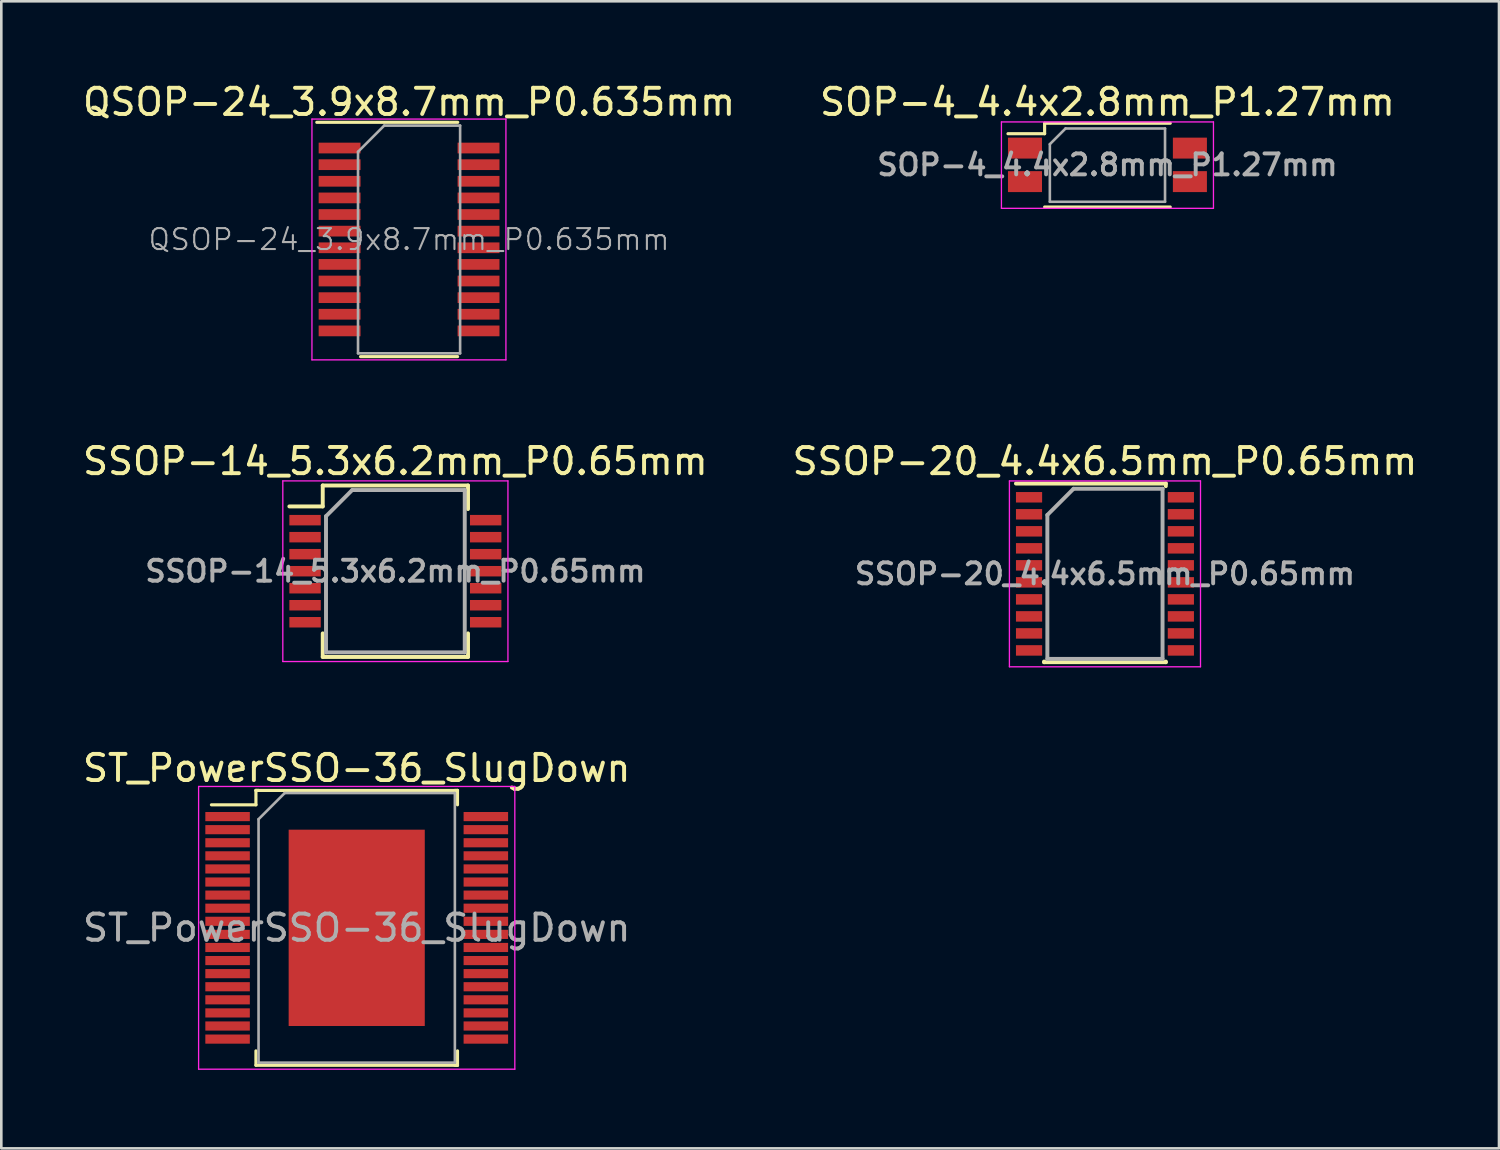
<source format=kicad_pcb>
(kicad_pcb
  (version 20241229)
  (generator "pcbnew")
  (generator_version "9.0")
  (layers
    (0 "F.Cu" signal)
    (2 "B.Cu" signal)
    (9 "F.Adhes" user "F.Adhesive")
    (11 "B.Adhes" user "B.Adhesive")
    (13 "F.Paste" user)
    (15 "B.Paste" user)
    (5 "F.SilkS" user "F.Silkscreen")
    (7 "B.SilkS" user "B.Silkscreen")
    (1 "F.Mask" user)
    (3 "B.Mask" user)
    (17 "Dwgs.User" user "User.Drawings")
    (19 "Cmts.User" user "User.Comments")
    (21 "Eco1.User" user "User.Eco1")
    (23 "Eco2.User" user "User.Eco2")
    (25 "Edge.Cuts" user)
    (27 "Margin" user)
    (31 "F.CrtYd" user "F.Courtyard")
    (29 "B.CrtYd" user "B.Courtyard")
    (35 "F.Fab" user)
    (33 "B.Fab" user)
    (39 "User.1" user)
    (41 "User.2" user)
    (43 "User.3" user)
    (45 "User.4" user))
  (footprint "ST_PowerSSO-36_SlugDown"
    (layer "F.Cu")
    (at 10.577 32.395)
    (property "Reference" "ST_PowerSSO-36_SlugDown" (at 0 -6.1 0) (layer "F.SilkS") (effects (font (size 1 1) (thickness 0.15))))
    (attr smd)
    (fp_line (start -3.85 -5.25) (end -3.85 -4.7) (stroke (width 0.12) (type solid)) (layer "F.SilkS"))
    (fp_line (start -3.85 -4.7) (end -5.55 -4.7) (stroke (width 0.12) (type solid)) (layer "F.SilkS"))
    (fp_line (start -3.85 5.25) (end -3.85 4.7) (stroke (width 0.12) (type solid)) (layer "F.SilkS"))
    (fp_line (start -3.75 -5.25) (end -3.85 -5.25) (stroke (width 0.12) (type solid)) (layer "F.SilkS"))
    (fp_line (start 3.75 -5.25) (end 3.85 -5.25) (stroke (width 0.12) (type solid)) (layer "F.SilkS"))
    (fp_line (start 3.75 5.25) (end 3.85 5.25) (stroke (width 0.12) (type solid)) (layer "F.SilkS"))
    (fp_line (start 3.85 -5.25) (end -3.85 -5.25) (stroke (width 0.12) (type solid)) (layer "F.SilkS"))
    (fp_line (start 3.85 -5.25) (end 3.85 -4.7) (stroke (width 0.12) (type solid)) (layer "F.SilkS"))
    (fp_line (start 3.85 5.25) (end -3.85 5.25) (stroke (width 0.12) (type solid)) (layer "F.SilkS"))
    (fp_line (start 3.85 5.25) (end 3.85 4.7) (stroke (width 0.12) (type solid)) (layer "F.SilkS"))
    (fp_line (start -6.04 -5.4) (end -6.04 5.4) (stroke (width 0.05) (type solid)) (layer "F.CrtYd"))
    (fp_line (start -6.04 -5.4) (end 6.04 -5.4) (stroke (width 0.05) (type solid)) (layer "F.CrtYd"))
    (fp_line (start 6.04 5.4) (end -6.04 5.4) (stroke (width 0.05) (type solid)) (layer "F.CrtYd"))
    (fp_line (start 6.04 5.4) (end 6.04 -5.4) (stroke (width 0.05) (type solid)) (layer "F.CrtYd"))
    (fp_line (start -3.75 -4.15) (end -3.75 5.15) (stroke (width 0.1) (type solid)) (layer "F.Fab"))
    (fp_line (start -3.75 5.15) (end 3.75 5.15) (stroke (width 0.1) (type solid)) (layer "F.Fab"))
    (fp_line (start -2.75 -5.15) (end -3.75 -4.15) (stroke (width 0.1) (type solid)) (layer "F.Fab"))
    (fp_line (start 3.75 -5.15) (end -2.75 -5.15) (stroke (width 0.1) (type solid)) (layer "F.Fab"))
    (fp_line (start 3.75 5.15) (end 3.75 -5.15) (stroke (width 0.1) (type solid)) (layer "F.Fab"))
    (fp_text user "${REFERENCE}" (at 0 0 0) (layer "F.Fab") (effects (font (size 1 1) (thickness 0.15))))
    (pad "1" smd rect (at -4.933 -4.25) (size 1.7 0.35) (layers "F.Cu" "F.Mask" "F.Paste"))
    (pad "2" smd rect (at -4.933 -3.75) (size 1.7 0.35) (layers "F.Cu" "F.Mask" "F.Paste"))
    (pad "3" smd rect (at -4.933 -3.25) (size 1.7 0.35) (layers "F.Cu" "F.Mask" "F.Paste"))
    (pad "4" smd rect (at -4.933 -2.75) (size 1.7 0.35) (layers "F.Cu" "F.Mask" "F.Paste"))
    (pad "5" smd rect (at -4.933 -2.25) (size 1.7 0.35) (layers "F.Cu" "F.Mask" "F.Paste"))
    (pad "6" smd rect (at -4.933 -1.75) (size 1.7 0.35) (layers "F.Cu" "F.Mask" "F.Paste"))
    (pad "7" smd rect (at -4.933 -1.25) (size 1.7 0.35) (layers "F.Cu" "F.Mask" "F.Paste"))
    (pad "8" smd rect (at -4.933 -0.75) (size 1.7 0.35) (layers "F.Cu" "F.Mask" "F.Paste"))
    (pad "9" smd rect (at -4.933 -0.25) (size 1.7 0.35) (layers "F.Cu" "F.Mask" "F.Paste"))
    (pad "10" smd rect (at -4.933 0.25) (size 1.7 0.35) (layers "F.Cu" "F.Mask" "F.Paste"))
    (pad "11" smd rect (at -4.933 0.75) (size 1.7 0.35) (layers "F.Cu" "F.Mask" "F.Paste"))
    (pad "12" smd rect (at -4.933 1.25) (size 1.7 0.35) (layers "F.Cu" "F.Mask" "F.Paste"))
    (pad "13" smd rect (at -4.933 1.75) (size 1.7 0.35) (layers "F.Cu" "F.Mask" "F.Paste"))
    (pad "14" smd rect (at -4.933 2.25) (size 1.7 0.35) (layers "F.Cu" "F.Mask" "F.Paste"))
    (pad "15" smd rect (at -4.933 2.75) (size 1.7 0.35) (layers "F.Cu" "F.Mask" "F.Paste"))
    (pad "16" smd rect (at -4.933 3.25) (size 1.7 0.35) (layers "F.Cu" "F.Mask" "F.Paste"))
    (pad "17" smd rect (at -4.933 3.75) (size 1.7 0.35) (layers "F.Cu" "F.Mask" "F.Paste"))
    (pad "18" smd rect (at -4.933 4.25) (size 1.7 0.35) (layers "F.Cu" "F.Mask" "F.Paste"))
    (pad "19" smd rect (at 4.933 4.25) (size 1.7 0.35) (layers "F.Cu" "F.Mask" "F.Paste"))
    (pad "20" smd rect (at 4.933 3.75) (size 1.7 0.35) (layers "F.Cu" "F.Mask" "F.Paste"))
    (pad "21" smd rect (at 4.933 3.25) (size 1.7 0.35) (layers "F.Cu" "F.Mask" "F.Paste"))
    (pad "22" smd rect (at 4.933 2.75) (size 1.7 0.35) (layers "F.Cu" "F.Mask" "F.Paste"))
    (pad "23" smd rect (at 4.933 2.25) (size 1.7 0.35) (layers "F.Cu" "F.Mask" "F.Paste"))
    (pad "24" smd rect (at 4.933 1.75) (size 1.7 0.35) (layers "F.Cu" "F.Mask" "F.Paste"))
    (pad "25" smd rect (at 4.933 1.25) (size 1.7 0.35) (layers "F.Cu" "F.Mask" "F.Paste"))
    (pad "26" smd rect (at 4.933 0.75) (size 1.7 0.35) (layers "F.Cu" "F.Mask" "F.Paste"))
    (pad "27" smd rect (at 4.933 0.25) (size 1.7 0.35) (layers "F.Cu" "F.Mask" "F.Paste"))
    (pad "28" smd rect (at 4.933 -0.25) (size 1.7 0.35) (layers "F.Cu" "F.Mask" "F.Paste"))
    (pad "29" smd rect (at 4.933 -0.75) (size 1.7 0.35) (layers "F.Cu" "F.Mask" "F.Paste"))
    (pad "30" smd rect (at 4.933 -1.25) (size 1.7 0.35) (layers "F.Cu" "F.Mask" "F.Paste"))
    (pad "31" smd rect (at 4.933 -1.75) (size 1.7 0.35) (layers "F.Cu" "F.Mask" "F.Paste"))
    (pad "32" smd rect (at 4.933 -2.25) (size 1.7 0.35) (layers "F.Cu" "F.Mask" "F.Paste"))
    (pad "33" smd rect (at 4.933 -2.75) (size 1.7 0.35) (layers "F.Cu" "F.Mask" "F.Paste"))
    (pad "34" smd rect (at 4.933 -3.25) (size 1.7 0.35) (layers "F.Cu" "F.Mask" "F.Paste"))
    (pad "35" smd rect (at 4.933 -3.75) (size 1.7 0.35) (layers "F.Cu" "F.Mask" "F.Paste"))
    (pad "36" smd rect (at 4.933 -4.25) (size 1.7 0.35) (layers "F.Cu" "F.Mask" "F.Paste"))
    (pad "37" smd rect (at 0 0) (size 5.2 7.5) (layers "F.Cu" "F.Mask" "F.Paste")))
  (footprint "SSOP-14_5.3x6.2mm_P0.65mm"
    (layer "F.Cu")
    (at 12.054 18.771)
    (property "Reference" "SSOP-14_5.3x6.2mm_P0.65mm" (at 0 -4.2 0) (layer "F.SilkS") (effects (font (size 1 1) (thickness 0.15))))
    (attr smd)
    (fp_line (start -2.775 -3.275) (end -2.775 -2.475) (stroke (width 0.15) (type solid)) (layer "F.SilkS"))
    (fp_line (start -2.775 -3.275) (end 2.775 -3.275) (stroke (width 0.15) (type solid)) (layer "F.SilkS"))
    (fp_line (start -2.775 -2.475) (end -4.05 -2.475) (stroke (width 0.15) (type solid)) (layer "F.SilkS"))
    (fp_line (start -2.775 3.275) (end -2.775 2.375) (stroke (width 0.15) (type solid)) (layer "F.SilkS"))
    (fp_line (start -2.775 3.275) (end 2.775 3.275) (stroke (width 0.15) (type solid)) (layer "F.SilkS"))
    (fp_line (start 2.775 -3.275) (end 2.775 -2.375) (stroke (width 0.15) (type solid)) (layer "F.SilkS"))
    (fp_line (start 2.775 3.275) (end 2.775 2.375) (stroke (width 0.15) (type solid)) (layer "F.SilkS"))
    (fp_line (start -4.3 -3.45) (end -4.3 3.45) (stroke (width 0.05) (type solid)) (layer "F.CrtYd"))
    (fp_line (start -4.3 -3.45) (end 4.3 -3.45) (stroke (width 0.05) (type solid)) (layer "F.CrtYd"))
    (fp_line (start -4.3 3.45) (end 4.3 3.45) (stroke (width 0.05) (type solid)) (layer "F.CrtYd"))
    (fp_line (start 4.3 -3.45) (end 4.3 3.45) (stroke (width 0.05) (type solid)) (layer "F.CrtYd"))
    (fp_line (start -2.65 -2.1) (end -1.65 -3.1) (stroke (width 0.15) (type solid)) (layer "F.Fab"))
    (fp_line (start -2.65 3.1) (end -2.65 -2.1) (stroke (width 0.15) (type solid)) (layer "F.Fab"))
    (fp_line (start -1.65 -3.1) (end 2.65 -3.1) (stroke (width 0.15) (type solid)) (layer "F.Fab"))
    (fp_line (start 2.65 -3.1) (end 2.65 3.1) (stroke (width 0.15) (type solid)) (layer "F.Fab"))
    (fp_line (start 2.65 3.1) (end -2.65 3.1) (stroke (width 0.15) (type solid)) (layer "F.Fab"))
    (fp_text user "${REFERENCE}" (at 0 0 0) (layer "F.Fab") (effects (font (size 0.8 0.8) (thickness 0.15))))
    (pad "1" smd rect (at -3.45 -1.95) (size 1.2 0.4) (layers "F.Cu" "F.Mask" "F.Paste"))
    (pad "2" smd rect (at -3.45 -1.3) (size 1.2 0.4) (layers "F.Cu" "F.Mask" "F.Paste"))
    (pad "3" smd rect (at -3.45 -0.65) (size 1.2 0.4) (layers "F.Cu" "F.Mask" "F.Paste"))
    (pad "4" smd rect (at -3.45 0) (size 1.2 0.4) (layers "F.Cu" "F.Mask" "F.Paste"))
    (pad "5" smd rect (at -3.45 0.65) (size 1.2 0.4) (layers "F.Cu" "F.Mask" "F.Paste"))
    (pad "6" smd rect (at -3.45 1.3) (size 1.2 0.4) (layers "F.Cu" "F.Mask" "F.Paste"))
    (pad "7" smd rect (at -3.45 1.95) (size 1.2 0.4) (layers "F.Cu" "F.Mask" "F.Paste"))
    (pad "8" smd rect (at 3.45 1.95) (size 1.2 0.4) (layers "F.Cu" "F.Mask" "F.Paste"))
    (pad "9" smd rect (at 3.45 1.3) (size 1.2 0.4) (layers "F.Cu" "F.Mask" "F.Paste"))
    (pad "10" smd rect (at 3.45 0.65) (size 1.2 0.4) (layers "F.Cu" "F.Mask" "F.Paste"))
    (pad "11" smd rect (at 3.45 0) (size 1.2 0.4) (layers "F.Cu" "F.Mask" "F.Paste"))
    (pad "12" smd rect (at 3.45 -0.65) (size 1.2 0.4) (layers "F.Cu" "F.Mask" "F.Paste"))
    (pad "13" smd rect (at 3.45 -1.3) (size 1.2 0.4) (layers "F.Cu" "F.Mask" "F.Paste"))
    (pad "14" smd rect (at 3.45 -1.95) (size 1.2 0.4) (layers "F.Cu" "F.Mask" "F.Paste")))
  (footprint "SSOP-20_4.4x6.5mm_P0.65mm"
    (layer "F.Cu")
    (at 39.161 18.872)
    (property "Reference" "SSOP-20_4.4x6.5mm_P0.65mm" (at 0 -4.3 0) (layer "F.SilkS") (effects (font (size 1 1) (thickness 0.15))))
    (attr smd)
    (fp_line (start -3.4 -3.45) (end 2.325 -3.45) (stroke (width 0.15) (type solid)) (layer "F.SilkS"))
    (fp_line (start -2.325 3.375) (end -2.325 3.35) (stroke (width 0.15) (type solid)) (layer "F.SilkS"))
    (fp_line (start -2.325 3.375) (end 2.325 3.375) (stroke (width 0.15) (type solid)) (layer "F.SilkS"))
    (fp_line (start 2.325 -3.45) (end 2.325 -3.35) (stroke (width 0.15) (type solid)) (layer "F.SilkS"))
    (fp_line (start 2.325 3.375) (end 2.325 3.35) (stroke (width 0.15) (type solid)) (layer "F.SilkS"))
    (fp_line (start -3.65 -3.55) (end -3.65 3.55) (stroke (width 0.05) (type solid)) (layer "F.CrtYd"))
    (fp_line (start -3.65 -3.55) (end 3.65 -3.55) (stroke (width 0.05) (type solid)) (layer "F.CrtYd"))
    (fp_line (start -3.65 3.55) (end 3.65 3.55) (stroke (width 0.05) (type solid)) (layer "F.CrtYd"))
    (fp_line (start 3.65 -3.55) (end 3.65 3.55) (stroke (width 0.05) (type solid)) (layer "F.CrtYd"))
    (fp_line (start -2.2 -2.25) (end -1.2 -3.25) (stroke (width 0.15) (type solid)) (layer "F.Fab"))
    (fp_line (start -2.2 3.25) (end -2.2 -2.25) (stroke (width 0.15) (type solid)) (layer "F.Fab"))
    (fp_line (start -1.2 -3.25) (end 2.2 -3.25) (stroke (width 0.15) (type solid)) (layer "F.Fab"))
    (fp_line (start 2.2 -3.25) (end 2.2 3.25) (stroke (width 0.15) (type solid)) (layer "F.Fab"))
    (fp_line (start 2.2 3.25) (end -2.2 3.25) (stroke (width 0.15) (type solid)) (layer "F.Fab"))
    (fp_text user "${REFERENCE}" (at 0 0 0) (layer "F.Fab") (effects (font (size 0.8 0.8) (thickness 0.15))))
    (pad "1" smd rect (at -2.9 -2.925) (size 1 0.4) (layers "F.Cu" "F.Mask" "F.Paste"))
    (pad "2" smd rect (at -2.9 -2.275) (size 1 0.4) (layers "F.Cu" "F.Mask" "F.Paste"))
    (pad "3" smd rect (at -2.9 -1.625) (size 1 0.4) (layers "F.Cu" "F.Mask" "F.Paste"))
    (pad "4" smd rect (at -2.9 -0.975) (size 1 0.4) (layers "F.Cu" "F.Mask" "F.Paste"))
    (pad "5" smd rect (at -2.9 -0.325) (size 1 0.4) (layers "F.Cu" "F.Mask" "F.Paste"))
    (pad "6" smd rect (at -2.9 0.325) (size 1 0.4) (layers "F.Cu" "F.Mask" "F.Paste"))
    (pad "7" smd rect (at -2.9 0.975) (size 1 0.4) (layers "F.Cu" "F.Mask" "F.Paste"))
    (pad "8" smd rect (at -2.9 1.625) (size 1 0.4) (layers "F.Cu" "F.Mask" "F.Paste"))
    (pad "9" smd rect (at -2.9 2.275) (size 1 0.4) (layers "F.Cu" "F.Mask" "F.Paste"))
    (pad "10" smd rect (at -2.9 2.925) (size 1 0.4) (layers "F.Cu" "F.Mask" "F.Paste"))
    (pad "11" smd rect (at 2.9 2.925) (size 1 0.4) (layers "F.Cu" "F.Mask" "F.Paste"))
    (pad "12" smd rect (at 2.9 2.275) (size 1 0.4) (layers "F.Cu" "F.Mask" "F.Paste"))
    (pad "13" smd rect (at 2.9 1.625) (size 1 0.4) (layers "F.Cu" "F.Mask" "F.Paste"))
    (pad "14" smd rect (at 2.9 0.975) (size 1 0.4) (layers "F.Cu" "F.Mask" "F.Paste"))
    (pad "15" smd rect (at 2.9 0.325) (size 1 0.4) (layers "F.Cu" "F.Mask" "F.Paste"))
    (pad "16" smd rect (at 2.9 -0.325) (size 1 0.4) (layers "F.Cu" "F.Mask" "F.Paste"))
    (pad "17" smd rect (at 2.9 -0.975) (size 1 0.4) (layers "F.Cu" "F.Mask" "F.Paste"))
    (pad "18" smd rect (at 2.9 -1.625) (size 1 0.4) (layers "F.Cu" "F.Mask" "F.Paste"))
    (pad "19" smd rect (at 2.9 -2.275) (size 1 0.4) (layers "F.Cu" "F.Mask" "F.Paste"))
    (pad "20" smd rect (at 2.9 -2.925) (size 1 0.4) (layers "F.Cu" "F.Mask" "F.Paste")))
  (footprint "SOP-4_4.4x2.8mm_P1.27mm"
    (layer "F.Cu")
    (at 39.256 3.248)
    (property "Reference" "SOP-4_4.4x2.8mm_P1.27mm" (at 0 -2.4 0) (layer "F.SilkS") (effects (font (size 1 1) (thickness 0.15))))
    (attr smd)
    (fp_line (start -2.4 -1.59) (end -2.4 -1.19) (stroke (width 0.12) (type solid)) (layer "F.SilkS"))
    (fp_line (start -2.4 -1.59) (end 2.4 -1.59) (stroke (width 0.12) (type solid)) (layer "F.SilkS"))
    (fp_line (start -2.4 -1.19) (end -3.8 -1.19) (stroke (width 0.12) (type solid)) (layer "F.SilkS"))
    (fp_line (start -2.4 1.61) (end 2.4 1.61) (stroke (width 0.12) (type solid)) (layer "F.SilkS"))
    (fp_line (start -4.05 -1.64) (end -4.05 1.66) (stroke (width 0.05) (type solid)) (layer "F.CrtYd"))
    (fp_line (start -4.05 -1.64) (end 4.05 -1.64) (stroke (width 0.05) (type solid)) (layer "F.CrtYd"))
    (fp_line (start 4.05 1.66) (end -4.05 1.66) (stroke (width 0.05) (type solid)) (layer "F.CrtYd"))
    (fp_line (start 4.05 1.66) (end 4.05 -1.64) (stroke (width 0.05) (type solid)) (layer "F.CrtYd"))
    (fp_line (start -2.2 -0.79) (end -1.6 -1.39) (stroke (width 0.1) (type solid)) (layer "F.Fab"))
    (fp_line (start -2.2 1.41) (end -2.2 -0.79) (stroke (width 0.1) (type solid)) (layer "F.Fab"))
    (fp_line (start -1.6 -1.39) (end 2.2 -1.39) (stroke (width 0.1) (type solid)) (layer "F.Fab"))
    (fp_line (start 2.2 -1.39) (end 2.2 1.41) (stroke (width 0.1) (type solid)) (layer "F.Fab"))
    (fp_line (start 2.2 1.41) (end -2.2 1.41) (stroke (width 0.1) (type solid)) (layer "F.Fab"))
    (fp_text user "${REFERENCE}" (at 0 0 0) (layer "F.Fab") (effects (font (size 0.8 0.8) (thickness 0.15))))
    (pad "1" smd rect (at -3.15 -0.64) (size 1.3 0.8) (layers "F.Cu" "F.Mask" "F.Paste"))
    (pad "2" smd rect (at -3.15 0.64) (size 1.3 0.8) (layers "F.Cu" "F.Mask" "F.Paste"))
    (pad "3" smd rect (at 3.15 0.64) (size 1.3 0.8) (layers "F.Cu" "F.Mask" "F.Paste"))
    (pad "4" smd rect (at 3.15 -0.64) (size 1.3 0.8) (layers "F.Cu" "F.Mask" "F.Paste")))
  (footprint "QSOP-24_3.9x8.7mm_P0.635mm"
    (layer "F.Cu")
    (at 12.577 6.098)
    (property "Reference" "QSOP-24_3.9x8.7mm_P0.635mm" (at 0 -5.25 0) (layer "F.SilkS") (effects (font (size 1 1) (thickness 0.15))))
    (attr smd)
    (fp_line (start -3.525 -4.475) (end 1.859 -4.475) (stroke (width 0.12) (type solid)) (layer "F.SilkS"))
    (fp_line (start -1.854 4.475) (end 1.854 4.475) (stroke (width 0.12) (type solid)) (layer "F.SilkS"))
    (fp_line (start -3.71 -4.6) (end -3.71 4.6) (stroke (width 0.05) (type solid)) (layer "F.CrtYd"))
    (fp_line (start -3.71 -4.6) (end 3.7 -4.6) (stroke (width 0.05) (type solid)) (layer "F.CrtYd"))
    (fp_line (start -3.71 4.6) (end 3.7 4.6) (stroke (width 0.05) (type solid)) (layer "F.CrtYd"))
    (fp_line (start 3.7 -4.6) (end 3.7 4.6) (stroke (width 0.05) (type solid)) (layer "F.CrtYd"))
    (fp_line (start -1.95 -3.35) (end -0.95 -4.35) (stroke (width 0.1) (type solid)) (layer "F.Fab"))
    (fp_line (start -1.95 4.35) (end -1.95 -3.35) (stroke (width 0.1) (type solid)) (layer "F.Fab"))
    (fp_line (start -0.95 -4.35) (end 1.95 -4.35) (stroke (width 0.1) (type solid)) (layer "F.Fab"))
    (fp_line (start 1.95 -4.35) (end 1.95 4.35) (stroke (width 0.1) (type solid)) (layer "F.Fab"))
    (fp_line (start 1.95 4.35) (end -1.95 4.35) (stroke (width 0.1) (type solid)) (layer "F.Fab"))
    (fp_text user "${REFERENCE}" (at 0 0 0) (layer "F.Fab") (effects (font (size 0.8 0.8) (thickness 0.08))))
    (pad "1" smd rect (at -2.654 -3.493) (size 1.6 0.41) (layers "F.Cu" "F.Mask" "F.Paste"))
    (pad "2" smd rect (at -2.654 -2.857) (size 1.6 0.41) (layers "F.Cu" "F.Mask" "F.Paste"))
    (pad "3" smd rect (at -2.654 -2.223) (size 1.6 0.41) (layers "F.Cu" "F.Mask" "F.Paste"))
    (pad "4" smd rect (at -2.654 -1.587) (size 1.6 0.41) (layers "F.Cu" "F.Mask" "F.Paste"))
    (pad "5" smd rect (at -2.654 -0.953) (size 1.6 0.41) (layers "F.Cu" "F.Mask" "F.Paste"))
    (pad "6" smd rect (at -2.654 -0.318) (size 1.6 0.41) (layers "F.Cu" "F.Mask" "F.Paste"))
    (pad "7" smd rect (at -2.654 0.318) (size 1.6 0.41) (layers "F.Cu" "F.Mask" "F.Paste"))
    (pad "8" smd rect (at -2.654 0.953) (size 1.6 0.41) (layers "F.Cu" "F.Mask" "F.Paste"))
    (pad "9" smd rect (at -2.654 1.587) (size 1.6 0.41) (layers "F.Cu" "F.Mask" "F.Paste"))
    (pad "10" smd rect (at -2.654 2.223) (size 1.6 0.41) (layers "F.Cu" "F.Mask" "F.Paste"))
    (pad "11" smd rect (at -2.654 2.857) (size 1.6 0.41) (layers "F.Cu" "F.Mask" "F.Paste"))
    (pad "12" smd rect (at -2.654 3.493) (size 1.6 0.41) (layers "F.Cu" "F.Mask" "F.Paste"))
    (pad "13" smd rect (at 2.654 3.493) (size 1.6 0.41) (layers "F.Cu" "F.Mask" "F.Paste"))
    (pad "14" smd rect (at 2.654 2.857) (size 1.6 0.41) (layers "F.Cu" "F.Mask" "F.Paste"))
    (pad "15" smd rect (at 2.654 2.223) (size 1.6 0.41) (layers "F.Cu" "F.Mask" "F.Paste"))
    (pad "16" smd rect (at 2.654 1.587) (size 1.6 0.41) (layers "F.Cu" "F.Mask" "F.Paste"))
    (pad "17" smd rect (at 2.654 0.953) (size 1.6 0.41) (layers "F.Cu" "F.Mask" "F.Paste"))
    (pad "18" smd rect (at 2.654 0.318) (size 1.6 0.41) (layers "F.Cu" "F.Mask" "F.Paste"))
    (pad "19" smd rect (at 2.654 -0.318) (size 1.6 0.41) (layers "F.Cu" "F.Mask" "F.Paste"))
    (pad "20" smd rect (at 2.654 -0.953) (size 1.6 0.41) (layers "F.Cu" "F.Mask" "F.Paste"))
    (pad "21" smd rect (at 2.654 -1.587) (size 1.6 0.41) (layers "F.Cu" "F.Mask" "F.Paste"))
    (pad "22" smd rect (at 2.654 -2.223) (size 1.6 0.41) (layers "F.Cu" "F.Mask" "F.Paste"))
    (pad "23" smd rect (at 2.654 -2.857) (size 1.6 0.41) (layers "F.Cu" "F.Mask" "F.Paste"))
    (pad "24" smd rect (at 2.654 -3.493) (size 1.6 0.41) (layers "F.Cu" "F.Mask" "F.Paste")))
  (gr_rect
    (start -3 -3)
    (end 54.214 40.82)
    (stroke (width 0.1) (type default))
    (fill no)
    (layer "Edge.Cuts")))
</source>
